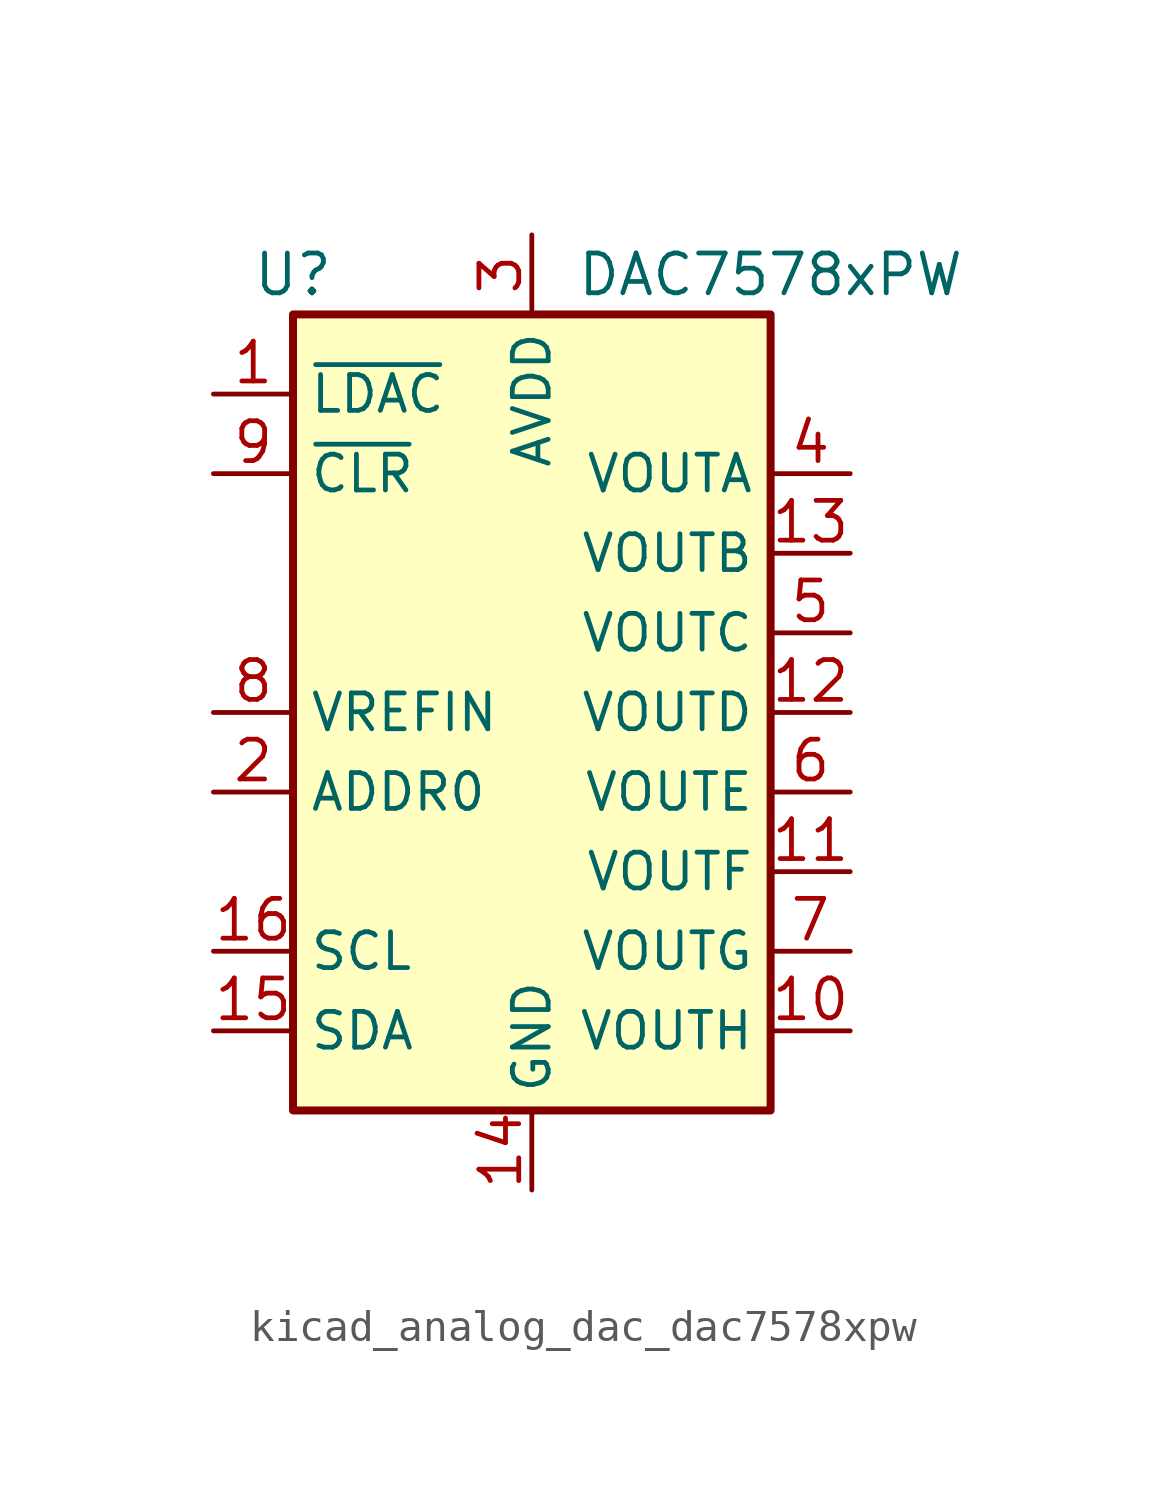
<source format=kicad_sym>
(kicad_symbol_lib
  (version 20220914)
  (generator kicad_symbol_editor)
  (symbol "kicad_analog_dac_dac7578xpw"
    (property "Reference" "U"
      (at -7.62 13.97 0)
      (effects (font (size 1.27 1.27))))
    (property "Value" "DAC7578xPW"
      (at 7.62 13.97 0)
      (effects (font (size 1.27 1.27))))
    (symbol "kicad_analog_dac_dac7578xpw_0_1"
      (rectangle (start -7.62 12.7) (end 7.62 -12.7) (stroke (width 0.254) (type default)) (fill (type background))))
    (symbol "kicad_analog_dac_dac7578xpw_1_1"
      (pin input line (at -10.16 10.16 0) (length 2.54) (name "~{LDAC}" (effects (font (size 1.143 1.143)))) (number "1" (effects (font (size 1.27 1.27)))))
      (pin output line (at 10.16 -10.16 180) (length 2.54) (name "VOUTH" (effects (font (size 1.143 1.143)))) (number "10" (effects (font (size 1.27 1.27)))))
      (pin output line (at 10.16 -5.08 180) (length 2.54) (name "VOUTF" (effects (font (size 1.143 1.143)))) (number "11" (effects (font (size 1.27 1.27)))))
      (pin output line (at 10.16 0 180) (length 2.54) (name "VOUTD" (effects (font (size 1.143 1.143)))) (number "12" (effects (font (size 1.27 1.27)))))
      (pin output line (at 10.16 5.08 180) (length 2.54) (name "VOUTB" (effects (font (size 1.143 1.143)))) (number "13" (effects (font (size 1.27 1.27)))))
      (pin power_in line (at 0 -15.24 90) (length 2.54) (name "GND" (effects (font (size 1.143 1.143)))) (number "14" (effects (font (size 1.27 1.27)))))
      (pin bidirectional line (at -10.16 -10.16 0) (length 2.54) (name "SDA" (effects (font (size 1.143 1.143)))) (number "15" (effects (font (size 1.27 1.27)))))
      (pin input line (at -10.16 -7.62 0) (length 2.54) (name "SCL" (effects (font (size 1.143 1.143)))) (number "16" (effects (font (size 1.27 1.27)))))
      (pin input line (at -10.16 -2.54 0) (length 2.54) (name "ADDR0" (effects (font (size 1.143 1.143)))) (number "2" (effects (font (size 1.27 1.27)))))
      (pin power_in line (at 0 15.24 270) (length 2.54) (name "AVDD" (effects (font (size 1.143 1.143)))) (number "3" (effects (font (size 1.27 1.27)))))
      (pin output line (at 10.16 7.62 180) (length 2.54) (name "VOUTA" (effects (font (size 1.143 1.143)))) (number "4" (effects (font (size 1.27 1.27)))))
      (pin output line (at 10.16 2.54 180) (length 2.54) (name "VOUTC" (effects (font (size 1.143 1.143)))) (number "5" (effects (font (size 1.27 1.27)))))
      (pin output line (at 10.16 -2.54 180) (length 2.54) (name "VOUTE" (effects (font (size 1.143 1.143)))) (number "6" (effects (font (size 1.27 1.27)))))
      (pin output line (at 10.16 -7.62 180) (length 2.54) (name "VOUTG" (effects (font (size 1.143 1.143)))) (number "7" (effects (font (size 1.27 1.27)))))
      (pin input line (at -10.16 0 0) (length 2.54) (name "VREFIN" (effects (font (size 1.143 1.143)))) (number "8" (effects (font (size 1.27 1.27)))))
      (pin input line (at -10.16 7.62 0) (length 2.54) (name "~{CLR}" (effects (font (size 1.143 1.143)))) (number "9" (effects (font (size 1.27 1.27))))))))
</source>
